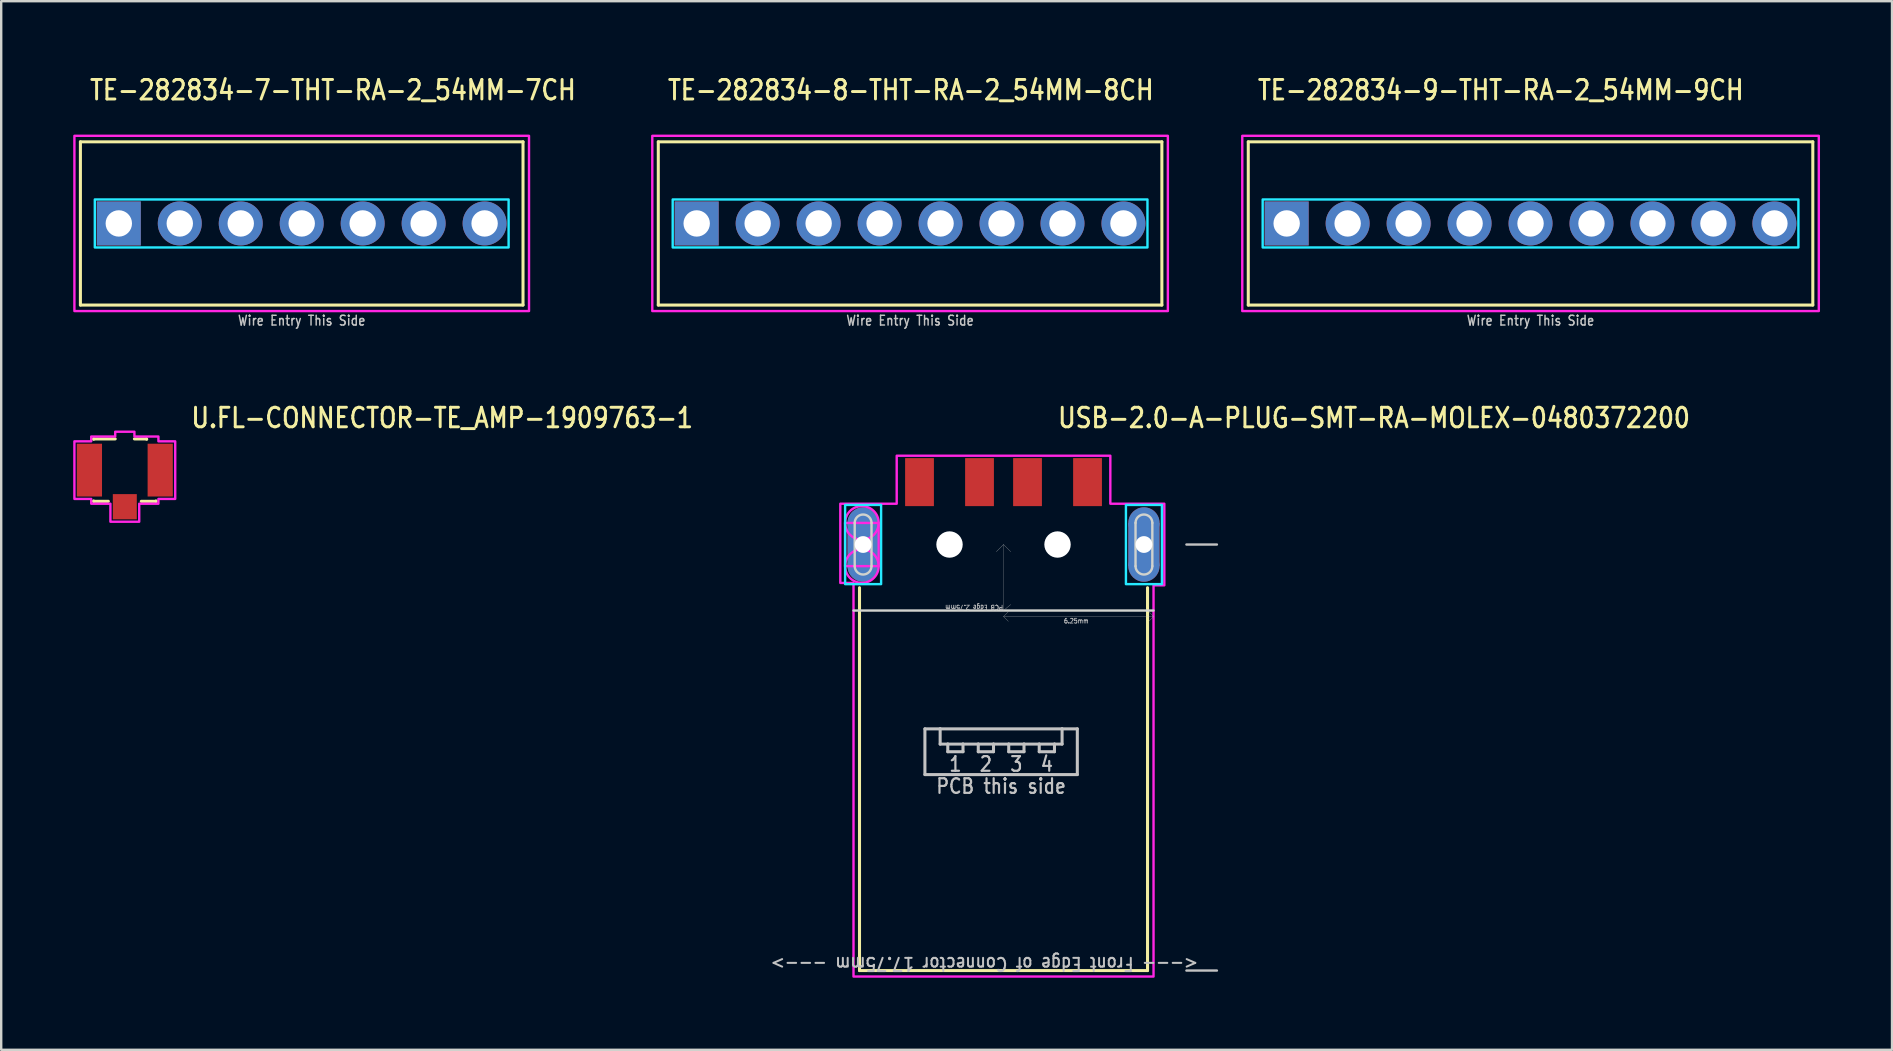
<source format=kicad_pcb>
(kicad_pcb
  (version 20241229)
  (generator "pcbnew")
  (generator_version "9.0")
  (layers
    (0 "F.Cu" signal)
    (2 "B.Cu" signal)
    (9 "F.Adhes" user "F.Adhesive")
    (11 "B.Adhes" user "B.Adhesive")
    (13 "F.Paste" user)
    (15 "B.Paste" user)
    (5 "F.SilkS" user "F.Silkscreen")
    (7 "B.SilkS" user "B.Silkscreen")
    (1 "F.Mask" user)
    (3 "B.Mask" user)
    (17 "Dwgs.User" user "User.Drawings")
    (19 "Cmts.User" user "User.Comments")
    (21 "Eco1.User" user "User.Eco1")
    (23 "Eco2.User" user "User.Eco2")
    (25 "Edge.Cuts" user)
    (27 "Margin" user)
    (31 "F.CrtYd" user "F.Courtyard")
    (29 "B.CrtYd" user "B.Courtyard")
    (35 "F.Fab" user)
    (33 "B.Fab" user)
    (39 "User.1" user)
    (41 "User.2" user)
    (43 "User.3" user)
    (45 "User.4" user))
  (footprint "TE-282834-9-THT-RA-2_54MM-9CH"
    (layer "F.Cu")
    (at 60.716 6.259)
    (property "Reference" "TE-282834-9-THT-RA-2_54MM-9CH" (at -11.43 -5.08 0) (unlocked yes) (layer "F.SilkS") (effects (font (size 0.813 0.695) (thickness 0.122)) (justify left bottom)))
    (fp_line (start -11.76 -3.4) (end 11.76 -3.4) (stroke (width 0.127) (type solid)) (layer "F.SilkS"))
    (fp_line (start -11.76 3.4) (end -11.76 -3.4) (stroke (width 0.127) (type solid)) (layer "F.SilkS"))
    (fp_line (start 11.76 -3.4) (end 11.76 3.4) (stroke (width 0.127) (type solid)) (layer "F.SilkS"))
    (fp_line (start 11.76 3.4) (end -11.76 3.4) (stroke (width 0.127) (type solid)) (layer "F.SilkS"))
    (fp_poly (pts (xy -11.16 -1) (xy -11.16 1) (xy 11.16 1) (xy 11.16 -1)) (stroke (width 0.1) (type solid)) (fill no) (layer "B.CrtYd"))
    (fp_poly (pts (xy -12.01 -3.65) (xy 12.01 -3.65) (xy 12.01 3.65) (xy -12.01 3.65)) (stroke (width 0.1) (type solid)) (fill no) (layer "F.CrtYd"))
    (fp_text user "Wire Entry This Side" (at 0 3.81 0) (unlocked yes) (layer "Dwgs.User") (effects (font (size 0.406 0.347) (thickness 0.061)) (justify top)))
    (pad "1" thru_hole rect (at -10.16 0) (size 1.833 1.833) (drill 1.1) (layers "*.Cu" "*.Mask"))
    (pad "2" thru_hole oval (at -7.62 0) (size 1.833 1.833) (drill 1.1) (layers "*.Cu" "*.Mask"))
    (pad "3" thru_hole oval (at -5.08 0) (size 1.833 1.833) (drill 1.1) (layers "*.Cu" "*.Mask"))
    (pad "4" thru_hole oval (at -2.54 0) (size 1.833 1.833) (drill 1.1) (layers "*.Cu" "*.Mask"))
    (pad "5" thru_hole oval (at 0 0) (size 1.833 1.833) (drill 1.1) (layers "*.Cu" "*.Mask"))
    (pad "6" thru_hole oval (at 2.54 0) (size 1.833 1.833) (drill 1.1) (layers "*.Cu" "*.Mask"))
    (pad "7" thru_hole oval (at 5.08 0) (size 1.833 1.833) (drill 1.1) (layers "*.Cu" "*.Mask"))
    (pad "8" thru_hole oval (at 7.62 0) (size 1.833 1.833) (drill 1.1) (layers "*.Cu" "*.Mask"))
    (pad "9" thru_hole oval (at 10.16 0) (size 1.833 1.833) (drill 1.1) (layers "*.Cu" "*.Mask")))
  (footprint "TE-282834-7-THT-RA-2_54MM-7CH"
    (layer "F.Cu")
    (at 9.52 6.259)
    (property "Reference" "TE-282834-7-THT-RA-2_54MM-7CH" (at -8.89 -5.08 0) (unlocked yes) (layer "F.SilkS") (effects (font (size 0.813 0.695) (thickness 0.122)) (justify left bottom)))
    (fp_line (start -9.22 -3.4) (end 9.22 -3.4) (stroke (width 0.127) (type solid)) (layer "F.SilkS"))
    (fp_line (start -9.22 3.4) (end -9.22 -3.4) (stroke (width 0.127) (type solid)) (layer "F.SilkS"))
    (fp_line (start 9.22 -3.4) (end 9.22 3.4) (stroke (width 0.127) (type solid)) (layer "F.SilkS"))
    (fp_line (start 9.22 3.4) (end -9.22 3.4) (stroke (width 0.127) (type solid)) (layer "F.SilkS"))
    (fp_poly (pts (xy -8.62 -1) (xy -8.62 1) (xy 8.62 1) (xy 8.62 -1)) (stroke (width 0.1) (type solid)) (fill no) (layer "B.CrtYd"))
    (fp_poly (pts (xy -9.47 -3.65) (xy 9.47 -3.65) (xy 9.47 3.65) (xy -9.47 3.65)) (stroke (width 0.1) (type solid)) (fill no) (layer "F.CrtYd"))
    (fp_text user "Wire Entry This Side" (at 0 3.81 0) (unlocked yes) (layer "Dwgs.User") (effects (font (size 0.406 0.347) (thickness 0.061)) (justify top)))
    (pad "P$1" thru_hole rect (at -7.62 0) (size 1.833 1.833) (drill 1.1) (layers "*.Cu" "*.Mask"))
    (pad "P$2" thru_hole oval (at -5.08 0) (size 1.833 1.833) (drill 1.1) (layers "*.Cu" "*.Mask"))
    (pad "P$3" thru_hole oval (at -2.54 0) (size 1.833 1.833) (drill 1.1) (layers "*.Cu" "*.Mask"))
    (pad "P$4" thru_hole oval (at 0 0) (size 1.833 1.833) (drill 1.1) (layers "*.Cu" "*.Mask"))
    (pad "P$5" thru_hole oval (at 2.54 0) (size 1.833 1.833) (drill 1.1) (layers "*.Cu" "*.Mask"))
    (pad "P$6" thru_hole oval (at 5.08 0) (size 1.833 1.833) (drill 1.1) (layers "*.Cu" "*.Mask"))
    (pad "P$7" thru_hole oval (at 7.62 0) (size 1.833 1.833) (drill 1.1) (layers "*.Cu" "*.Mask")))
  (footprint "TE-282834-8-THT-RA-2_54MM-8CH"
    (layer "F.Cu")
    (at 34.866 6.259)
    (property "Reference" "TE-282834-8-THT-RA-2_54MM-8CH" (at -10.16 -5.08 0) (unlocked yes) (layer "F.SilkS") (effects (font (size 0.813 0.695) (thickness 0.122)) (justify left bottom)))
    (fp_line (start -10.49 -3.4) (end 10.49 -3.4) (stroke (width 0.127) (type solid)) (layer "F.SilkS"))
    (fp_line (start -10.49 3.4) (end -10.49 -3.4) (stroke (width 0.127) (type solid)) (layer "F.SilkS"))
    (fp_line (start 10.49 -3.4) (end 10.49 3.4) (stroke (width 0.127) (type solid)) (layer "F.SilkS"))
    (fp_line (start 10.49 3.4) (end -10.49 3.4) (stroke (width 0.127) (type solid)) (layer "F.SilkS"))
    (fp_poly (pts (xy -9.89 -1) (xy -9.89 1) (xy 9.89 1) (xy 9.89 -1)) (stroke (width 0.1) (type solid)) (fill no) (layer "B.CrtYd"))
    (fp_poly (pts (xy -10.74 -3.65) (xy 10.74 -3.65) (xy 10.74 3.65) (xy -10.74 3.65)) (stroke (width 0.1) (type solid)) (fill no) (layer "F.CrtYd"))
    (fp_text user "Wire Entry This Side" (at 0 3.81 0) (unlocked yes) (layer "Dwgs.User") (effects (font (size 0.406 0.347) (thickness 0.061)) (justify top)))
    (pad "1" thru_hole rect (at -8.89 0) (size 1.833 1.833) (drill 1.1) (layers "*.Cu" "*.Mask"))
    (pad "2" thru_hole oval (at -6.35 0) (size 1.833 1.833) (drill 1.1) (layers "*.Cu" "*.Mask"))
    (pad "3" thru_hole oval (at -3.81 0) (size 1.833 1.833) (drill 1.1) (layers "*.Cu" "*.Mask"))
    (pad "4" thru_hole oval (at -1.27 0) (size 1.833 1.833) (drill 1.1) (layers "*.Cu" "*.Mask"))
    (pad "5" thru_hole oval (at 1.27 0) (size 1.833 1.833) (drill 1.1) (layers "*.Cu" "*.Mask"))
    (pad "6" thru_hole oval (at 3.81 0) (size 1.833 1.833) (drill 1.1) (layers "*.Cu" "*.Mask"))
    (pad "7" thru_hole oval (at 6.35 0) (size 1.833 1.833) (drill 1.1) (layers "*.Cu" "*.Mask"))
    (pad "8" thru_hole oval (at 8.89 0) (size 1.833 1.833) (drill 1.1) (layers "*.Cu" "*.Mask")))
  (footprint "U.FL-CONNECTOR-TE_AMP-1909763-1"
    (layer "F.Cu")
    (at 2.15 16.536)
    (property "Reference" "U.FL-CONNECTOR-TE_AMP-1909763-1" (at 2.7 -1.7 0) (unlocked yes) (layer "F.SilkS") (effects (font (size 0.813 0.695) (thickness 0.122)) (justify left bottom)))
    (fp_poly (pts (xy -0.8 -1.2) (xy 0.8 -1.2) (xy 0.8 0.9) (xy -0.8 0.9)) (stroke (width 0) (type solid)) (fill yes) (layer "F.Mask"))
    (fp_line (start -1.3 -1.3) (end -1.3 -1.286) (stroke (width 0.127) (type solid)) (layer "F.SilkS"))
    (fp_line (start -1.3 -1.3) (end -0.4 -1.3) (stroke (width 0.127) (type solid)) (layer "F.SilkS"))
    (fp_line (start -1.3 1.3) (end -1.3 1.286) (stroke (width 0.127) (type solid)) (layer "F.SilkS"))
    (fp_line (start -0.686 1.3) (end -1.3 1.3) (stroke (width 0.127) (type solid)) (layer "F.SilkS"))
    (fp_line (start 0.4 -1.3) (end 0.9 -1.3) (stroke (width 0.127) (type solid)) (layer "F.SilkS"))
    (fp_line (start 0.686 1.3) (end 1.3 1.3) (stroke (width 0.127) (type solid)) (layer "F.SilkS"))
    (fp_line (start 0.9 -1.3) (end 0.913 -1.286) (stroke (width 0.127) (type solid)) (layer "F.SilkS"))
    (fp_line (start 1.3 1.3) (end 1.3 1.286) (stroke (width 0.127) (type solid)) (layer "F.SilkS"))
    (fp_poly (pts (xy -1.4 -1.2) (xy -1.4 -1.4) (xy -0.4 -1.4) (xy -0.4 -1.6) (xy 0.4 -1.6) (xy 0.4 -1.4) (xy 1.4 -1.4) (xy 1.4 -1.2) (xy 2.1 -1.2) (xy 2.1 1.2) (xy 1.4 1.2) (xy 1.4 1.4) (xy 0.6 1.4) (xy 0.6 2.15) (xy -0.6 2.15) (xy -0.6 1.4) (xy -1.4 1.4) (xy -1.4 1.2) (xy -2.1 1.2) (xy -2.1 -1.2)) (stroke (width 0.1) (type solid)) (fill no) (layer "F.CrtYd"))
    (pad "1" smd rect (at -1.475 0) (size 1.05 2.2) (layers "F.Cu" "F.Mask" "F.Paste"))
    (pad "2" smd rect (at 1.475 0) (size 1.05 2.2) (layers "F.Cu" "F.Mask" "F.Paste"))
    (pad "3" smd rect (at 0 1.525) (size 1 1.05) (layers "F.Cu" "F.Mask" "F.Paste")))
  (footprint "USB-2.0-A-PLUG-SMT-RA-MOLEX-0480372200"
    (layer "F.Cu")
    (at 38.759 19.636)
    (property "Reference" "USB-2.0-A-PLUG-SMT-RA-MOLEX-0480372200" (at 2.2 -4.8 0) (unlocked yes) (layer "F.SilkS") (effects (font (size 0.813 0.695) (thickness 0.122)) (justify left bottom)))
    (fp_circle (center -5.85 -0.9) (end -6.5 -0.9) (stroke (width 0) (type solid)) (fill yes) (layer "F.Cu"))
    (fp_circle (center -5.85 0.9) (end -5.2 0.9) (stroke (width 0) (type solid)) (fill yes) (layer "F.Cu"))
    (fp_circle (center 5.85 -0.9) (end 5.2 -0.9) (stroke (width 0) (type solid)) (fill yes) (layer "F.Cu"))
    (fp_circle (center 5.85 0.9) (end 6.5 0.9) (stroke (width 0) (type solid)) (fill yes) (layer "F.Cu"))
    (fp_poly (pts (xy -6.5 -0.9) (xy -5.2 -0.9) (xy -5.2 0.9) (xy -6.5 0.9)) (stroke (width 0) (type solid)) (fill yes) (layer "F.Cu"))
    (fp_poly (pts (xy 5.2 -0.9) (xy 6.5 -0.9) (xy 6.5 0.9) (xy 5.2 0.9)) (stroke (width 0) (type solid)) (fill yes) (layer "F.Cu"))
    (fp_circle (center -5.85 -0.9) (end -6.6 -0.9) (stroke (width 0) (type solid)) (fill yes) (layer "F.Mask"))
    (fp_circle (center -5.85 0.9) (end -5.1 0.9) (stroke (width 0) (type solid)) (fill yes) (layer "F.Mask"))
    (fp_circle (center 5.85 -0.9) (end 5.1 -0.9) (stroke (width 0) (type solid)) (fill yes) (layer "F.Mask"))
    (fp_circle (center 5.85 0.9) (end 6.6 0.9) (stroke (width 0) (type solid)) (fill yes) (layer "F.Mask"))
    (fp_poly (pts (xy -6.6 -0.9) (xy -5.1 -0.9) (xy -5.1 0.9) (xy -6.6 0.9)) (stroke (width 0) (type solid)) (fill yes) (layer "F.Mask"))
    (fp_poly (pts (xy 5.1 -0.9) (xy 6.6 -0.9) (xy 6.6 0.9) (xy 5.1 0.9)) (stroke (width 0) (type solid)) (fill yes) (layer "F.Mask"))
    (fp_circle (center -5.85 -0.9) (end -6.5 -0.9) (stroke (width 0) (type solid)) (fill yes) (layer "B.Cu"))
    (fp_circle (center -5.85 0.9) (end -5.2 0.9) (stroke (width 0) (type solid)) (fill yes) (layer "B.Cu"))
    (fp_circle (center 5.85 -0.9) (end 5.2 -0.9) (stroke (width 0) (type solid)) (fill yes) (layer "B.Cu"))
    (fp_circle (center 5.85 0.9) (end 6.5 0.9) (stroke (width 0) (type solid)) (fill yes) (layer "B.Cu"))
    (fp_poly (pts (xy -6.5 -0.9) (xy -5.2 -0.9) (xy -5.2 0.9) (xy -6.5 0.9)) (stroke (width 0) (type solid)) (fill yes) (layer "B.Cu"))
    (fp_poly (pts (xy 5.2 -0.9) (xy 6.5 -0.9) (xy 6.5 0.9) (xy 5.2 0.9)) (stroke (width 0) (type solid)) (fill yes) (layer "B.Cu"))
    (fp_circle (center -5.85 -0.9) (end -6.6 -0.9) (stroke (width 0) (type solid)) (fill yes) (layer "B.Mask"))
    (fp_circle (center -5.85 0.9) (end -5.1 0.9) (stroke (width 0) (type solid)) (fill yes) (layer "B.Mask"))
    (fp_circle (center 5.85 -0.9) (end 5.1 -0.9) (stroke (width 0) (type solid)) (fill yes) (layer "B.Mask"))
    (fp_circle (center 5.85 0.9) (end 6.6 0.9) (stroke (width 0) (type solid)) (fill yes) (layer "B.Mask"))
    (fp_poly (pts (xy -6.6 -0.9) (xy -5.1 -0.9) (xy -5.1 0.9) (xy -6.6 0.9)) (stroke (width 0) (type solid)) (fill yes) (layer "B.Mask"))
    (fp_poly (pts (xy 5.1 -0.9) (xy 6.6 -0.9) (xy 6.6 0.9) (xy 5.1 0.9)) (stroke (width 0) (type solid)) (fill yes) (layer "B.Mask"))
    (fp_line (start -6 1.8) (end -6 17.75) (stroke (width 0.127) (type solid)) (layer "F.SilkS"))
    (fp_line (start -6 17.75) (end 6 17.75) (stroke (width 0.127) (type solid)) (layer "F.SilkS"))
    (fp_line (start 6 17.75) (end 6 1.8) (stroke (width 0.127) (type solid)) (layer "F.SilkS"))
    (fp_line (start -3.275 7.68) (end -2.64 7.68) (stroke (width 0.127) (type solid)) (layer "Dwgs.User"))
    (fp_line (start -3.275 9.585) (end -3.275 7.68) (stroke (width 0.127) (type solid)) (layer "Dwgs.User"))
    (fp_line (start -2.64 7.68) (end -2.64 8.315) (stroke (width 0.127) (type solid)) (layer "Dwgs.User"))
    (fp_line (start -2.64 7.68) (end 2.44 7.68) (stroke (width 0.127) (type solid)) (layer "Dwgs.User"))
    (fp_line (start -2.64 8.315) (end -2.322 8.315) (stroke (width 0.127) (type solid)) (layer "Dwgs.User"))
    (fp_line (start -2.322 8.315) (end -2.322 8.633) (stroke (width 0.127) (type solid)) (layer "Dwgs.User"))
    (fp_line (start -2.322 8.315) (end -1.688 8.315) (stroke (width 0.127) (type solid)) (layer "Dwgs.User"))
    (fp_line (start -2.322 8.633) (end -1.688 8.633) (stroke (width 0.127) (type solid)) (layer "Dwgs.User"))
    (fp_line (start -1.688 8.315) (end -1.052 8.315) (stroke (width 0.127) (type solid)) (layer "Dwgs.User"))
    (fp_line (start -1.688 8.633) (end -1.688 8.315) (stroke (width 0.127) (type solid)) (layer "Dwgs.User"))
    (fp_line (start -1.052 8.315) (end -1.052 8.633) (stroke (width 0.127) (type solid)) (layer "Dwgs.User"))
    (fp_line (start -1.052 8.315) (end -0.417 8.315) (stroke (width 0.127) (type solid)) (layer "Dwgs.User"))
    (fp_line (start -1.052 8.633) (end -0.417 8.633) (stroke (width 0.127) (type solid)) (layer "Dwgs.User"))
    (fp_line (start -0.417 8.315) (end 0.217 8.315) (stroke (width 0.127) (type solid)) (layer "Dwgs.User"))
    (fp_line (start -0.417 8.633) (end -0.417 8.315) (stroke (width 0.127) (type solid)) (layer "Dwgs.User"))
    (fp_line (start 0 0) (end -0.3 0.3) (stroke (width 0.01) (type solid)) (layer "Dwgs.User"))
    (fp_line (start 0 0) (end 0 2.75) (stroke (width 0.01) (type solid)) (layer "Dwgs.User"))
    (fp_line (start 0 0) (end 0.3 0.3) (stroke (width 0.01) (type solid)) (layer "Dwgs.User"))
    (fp_line (start 0 2.75) (end -0.3 2.5) (stroke (width 0.01) (type solid)) (layer "Dwgs.User"))
    (fp_line (start 0 2.75) (end 0.3 2.5) (stroke (width 0.01) (type solid)) (layer "Dwgs.User"))
    (fp_line (start 0 3) (end 0.2 2.8) (stroke (width 0.01) (type solid)) (layer "Dwgs.User"))
    (fp_line (start 0 3) (end 0.2 3.2) (stroke (width 0.01) (type solid)) (layer "Dwgs.User"))
    (fp_line (start 0 3) (end 6.25 3) (stroke (width 0.01) (type solid)) (layer "Dwgs.User"))
    (fp_line (start 0.217 8.315) (end 0.217 8.633) (stroke (width 0.127) (type solid)) (layer "Dwgs.User"))
    (fp_line (start 0.217 8.315) (end 0.853 8.315) (stroke (width 0.127) (type solid)) (layer "Dwgs.User"))
    (fp_line (start 0.217 8.633) (end 0.853 8.633) (stroke (width 0.127) (type solid)) (layer "Dwgs.User"))
    (fp_line (start 0.853 8.315) (end 1.488 8.315) (stroke (width 0.127) (type solid)) (layer "Dwgs.User"))
    (fp_line (start 0.853 8.633) (end 0.853 8.315) (stroke (width 0.127) (type solid)) (layer "Dwgs.User"))
    (fp_line (start 1.488 8.315) (end 1.488 8.633) (stroke (width 0.127) (type solid)) (layer "Dwgs.User"))
    (fp_line (start 1.488 8.315) (end 2.123 8.315) (stroke (width 0.127) (type solid)) (layer "Dwgs.User"))
    (fp_line (start 1.488 8.633) (end 2.123 8.633) (stroke (width 0.127) (type solid)) (layer "Dwgs.User"))
    (fp_line (start 2.123 8.315) (end 2.44 8.315) (stroke (width 0.127) (type solid)) (layer "Dwgs.User"))
    (fp_line (start 2.123 8.633) (end 2.123 8.315) (stroke (width 0.127) (type solid)) (layer "Dwgs.User"))
    (fp_line (start 2.44 7.68) (end 3.075 7.68) (stroke (width 0.127) (type solid)) (layer "Dwgs.User"))
    (fp_line (start 2.44 8.315) (end 2.44 7.68) (stroke (width 0.127) (type solid)) (layer "Dwgs.User"))
    (fp_line (start 3.075 7.68) (end 3.075 9.585) (stroke (width 0.127) (type solid)) (layer "Dwgs.User"))
    (fp_line (start 3.075 9.585) (end -3.275 9.585) (stroke (width 0.127) (type solid)) (layer "Dwgs.User"))
    (fp_line (start 6.25 3) (end 6.05 2.8) (stroke (width 0.01) (type solid)) (layer "Dwgs.User"))
    (fp_line (start 6.25 3) (end 6.05 3.2) (stroke (width 0.01) (type solid)) (layer "Dwgs.User"))
    (fp_line (start 7.62 0) (end 8.89 0) (stroke (width 0.1) (type solid)) (layer "Dwgs.User"))
    (fp_line (start 7.62 17.75) (end 8.89 17.75) (stroke (width 0.1) (type solid)) (layer "Dwgs.User"))
    (fp_line (start -6.25 2.75) (end 6.25 2.75) (stroke (width 0.1) (type solid)) (layer "Edge.Cuts"))
    (fp_line (start -6.2 0.9) (end -6.2 -0.9) (stroke (width 0.1) (type solid)) (layer "Edge.Cuts"))
    (fp_line (start -5.5 -0.9) (end -5.5 0.9) (stroke (width 0.1) (type solid)) (layer "Edge.Cuts"))
    (fp_line (start 5.5 0.9) (end 5.5 -0.9) (stroke (width 0.1) (type solid)) (layer "Edge.Cuts"))
    (fp_line (start 6.2 -0.9) (end 6.2 0.9) (stroke (width 0.1) (type solid)) (layer "Edge.Cuts"))
    (fp_arc (start -6.2 -0.9) (mid -5.85 -1.25) (end -5.5 -0.9) (stroke (width 0.1) (type solid)) (layer "Edge.Cuts"))
    (fp_arc (start -5.5 0.9) (mid -5.85 1.25) (end -6.2 0.9) (stroke (width 0.1) (type solid)) (layer "Edge.Cuts"))
    (fp_arc (start 5.5 -0.9) (mid 5.85 -1.25) (end 6.2 -0.9) (stroke (width 0.1) (type solid)) (layer "Edge.Cuts"))
    (fp_arc (start 6.2 0.9) (mid 5.85 1.25) (end 5.5 0.9) (stroke (width 0.1) (type solid)) (layer "Edge.Cuts"))
    (fp_poly (pts (xy -6.6 -1.65) (xy -5.1 -1.65) (xy -5.1 1.65) (xy -6.6 1.65)) (stroke (width 0.1) (type solid)) (fill no) (layer "B.CrtYd"))
    (fp_poly (pts (xy 5.1 -1.65) (xy 6.6 -1.65) (xy 6.6 1.65) (xy 5.1 1.65)) (stroke (width 0.1) (type solid)) (fill no) (layer "B.CrtYd"))
    (fp_circle (center -5.9 -0.9) (end -6.6 -0.9) (stroke (width 0.1) (type solid)) (fill no) (layer "F.CrtYd"))
    (fp_circle (center -5.9 0.9) (end -5.2 0.9) (stroke (width 0.1) (type solid)) (fill no) (layer "F.CrtYd"))
    (fp_poly (pts (xy -6.6 -0.9) (xy -5.2 -0.9) (xy -5.2 0.9) (xy -6.6 0.9)) (stroke (width 0.1) (type solid)) (fill no) (layer "F.CrtYd"))
    (fp_poly (pts (xy -4.45 -3.7) (xy 4.45 -3.7) (xy 4.45 -1.7) (xy 6.7 -1.7) (xy 6.7 1.7) (xy 6.25 1.7) (xy 6.25 18) (xy -6.25 18) (xy -6.25 1.6) (xy -6.8 1.6) (xy -6.8 -1.7) (xy -4.45 -1.7)) (stroke (width 0.1) (type solid)) (fill no) (layer "F.CrtYd"))
    (fp_text user "6.25mm" (at 2.5 3.3 0) (unlocked yes) (layer "Dwgs.User") (effects (font (size 0.2 0.171) (thickness 0.03)) (justify left bottom)))
    (fp_text user "PCB this side" (at -0.1 9.712 0) (unlocked yes) (layer "Dwgs.User") (effects (font (size 0.61 0.521) (thickness 0.091)) (justify top)))
    (fp_text user "3" (at 0.535 8.791 0) (unlocked yes) (layer "Dwgs.User") (effects (font (size 0.61 0.521) (thickness 0.091)) (justify top)))
    (fp_text user "4" (at 1.805 8.791 0) (unlocked yes) (layer "Dwgs.User") (effects (font (size 0.61 0.521) (thickness 0.091)) (justify top)))
    (fp_text user "1" (at -2.005 8.791 0) (unlocked yes) (layer "Dwgs.User") (effects (font (size 0.61 0.521) (thickness 0.091)) (justify top)))
    (fp_text user "PCB Edge 2.75mm" (at 0 2.5 180) (unlocked yes) (layer "Dwgs.User") (effects (font (size 0.2 0.171) (thickness 0.03)) (justify left bottom)))
    (fp_text user "2" (at -0.735 8.791 0) (unlocked yes) (layer "Dwgs.User") (effects (font (size 0.61 0.521) (thickness 0.091)) (justify top)))
    (fp_text user "<--- Front Edge of Connector 17.75mm --->" (at 8.155 17.47 180) (unlocked yes) (layer "Dwgs.User") (effects (font (size 0.55 0.47) (thickness 0.083)) (justify left)))
    (pad "" np_thru_hole circle (at -2.25 0) (size 1.1 1.1) (drill 1.1) (layers "*.Cu" "*.Mask"))
    (pad "" np_thru_hole circle (at 2.25 0) (size 1.1 1.1) (drill 1.1) (layers "*.Cu" "*.Mask"))
    (pad "1" smd rect (at 3.5 -2.6) (size 1.2 2) (layers "F.Cu" "F.Mask" "F.Paste"))
    (pad "2" smd rect (at 1 -2.6) (size 1.2 2) (layers "F.Cu" "F.Mask" "F.Paste"))
    (pad "3" smd rect (at -1 -2.6) (size 1.2 2) (layers "F.Cu" "F.Mask" "F.Paste"))
    (pad "4" smd rect (at -3.5 -2.6) (size 1.2 2) (layers "F.Cu" "F.Mask" "F.Paste"))
    (pad "S$1" thru_hole oval (at -5.85 0) (size 1.167 1.167) (drill 0.7) (layers "*.Cu" "*.Mask"))
    (pad "S$2" thru_hole oval (at 5.85 0) (size 1.167 1.167) (drill 0.7) (layers "*.Cu" "*.Mask")))
  (gr_rect
    (start -3 -3)
    (end 75.776 40.686)
    (stroke (width 0.1) (type default))
    (fill no)
    (layer "Edge.Cuts")))
</source>
